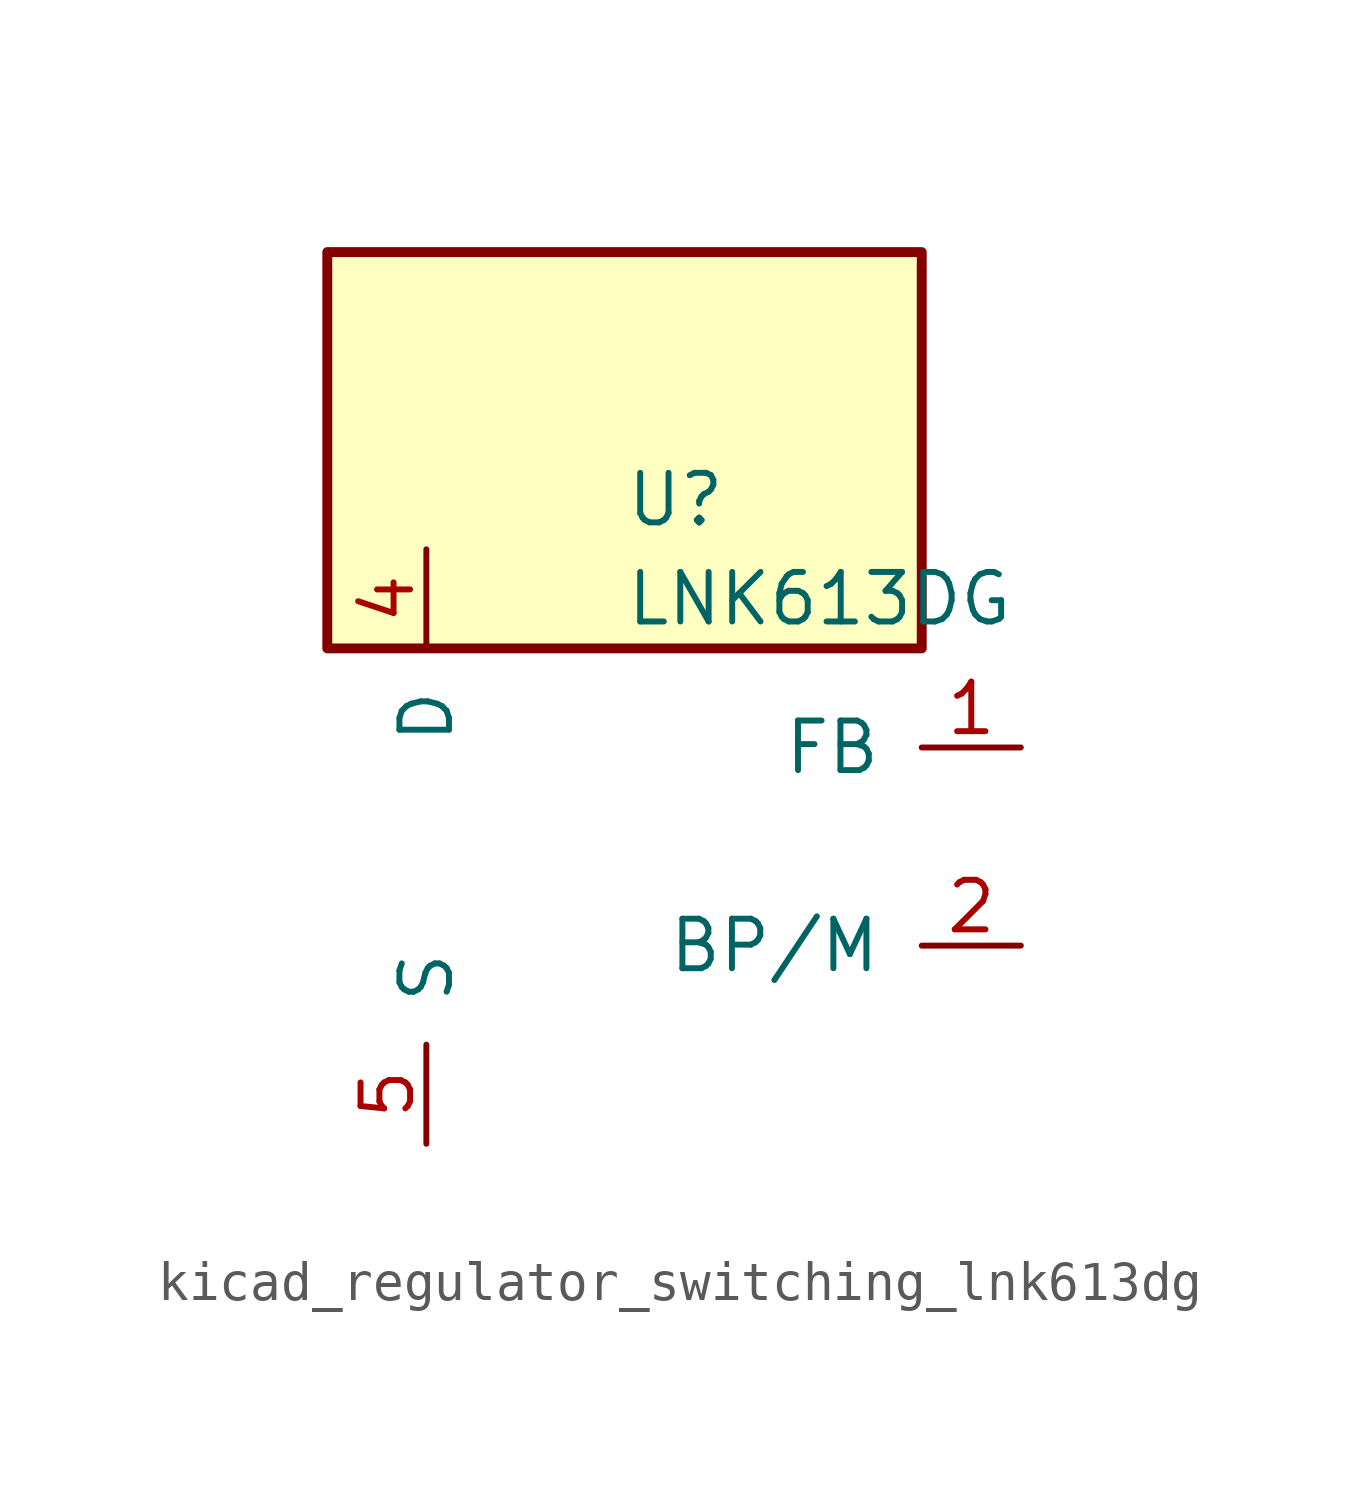
<source format=kicad_sym>
(kicad_symbol_lib
  (version 20220914)
  (generator kicad_symbol_editor)
  (symbol "kicad_regulator_switching_lnk613dg"
    (pin_names
      (offset 1.016))
    (property "Reference" "U"
      (at 0 8.89 0)
      (effects (font (size 1.27 1.27)) (justify left)))
    (property "Value" "LNK613DG"
      (at 0 6.35 0)
      (effects (font (size 1.27 1.27)) (justify left)))
    (symbol "kicad_regulator_switching_lnk613dg_0_1"
      (rectangle (start 7.62 15.24) (end -7.62 5.08) (stroke (width 0.254) (type default)) (fill (type background))))
    (symbol "kicad_regulator_switching_lnk613dg_1_1"
      (pin input line (at 10.16 2.54 180) (length 2.54) (name "FB" (effects (font (size 1.27 1.27)))) (number "1" (effects (font (size 1.27 1.27)))))
      (pin input line (at 10.16 -2.54 180) (length 2.54) (name "BP/M" (effects (font (size 1.27 1.27)))) (number "2" (effects (font (size 1.27 1.27)))))
      (pin open_collector line (at -5.08 7.62 270) (length 2.54) (name "D" (effects (font (size 1.27 1.27)))) (number "4" (effects (font (size 1.27 1.27)))))
      (pin power_in line (at -5.08 -7.62 90) (length 2.54) (name "S" (effects (font (size 1.27 1.27)))) (number "5" (effects (font (size 1.27 1.27)))))
      (pin passive line (at -5.08 -7.62 90) (length 2.54) hide (name "S" (effects (font (size 1.27 1.27)))) (number "6" (effects (font (size 1.27 1.27)))))
      (pin passive line (at -5.08 -7.62 90) (length 2.54) hide (name "S" (effects (font (size 1.27 1.27)))) (number "7" (effects (font (size 1.27 1.27)))))
      (pin passive line (at -5.08 -7.62 90) (length 2.54) hide (name "S" (effects (font (size 1.27 1.27)))) (number "8" (effects (font (size 1.27 1.27))))))))
</source>
